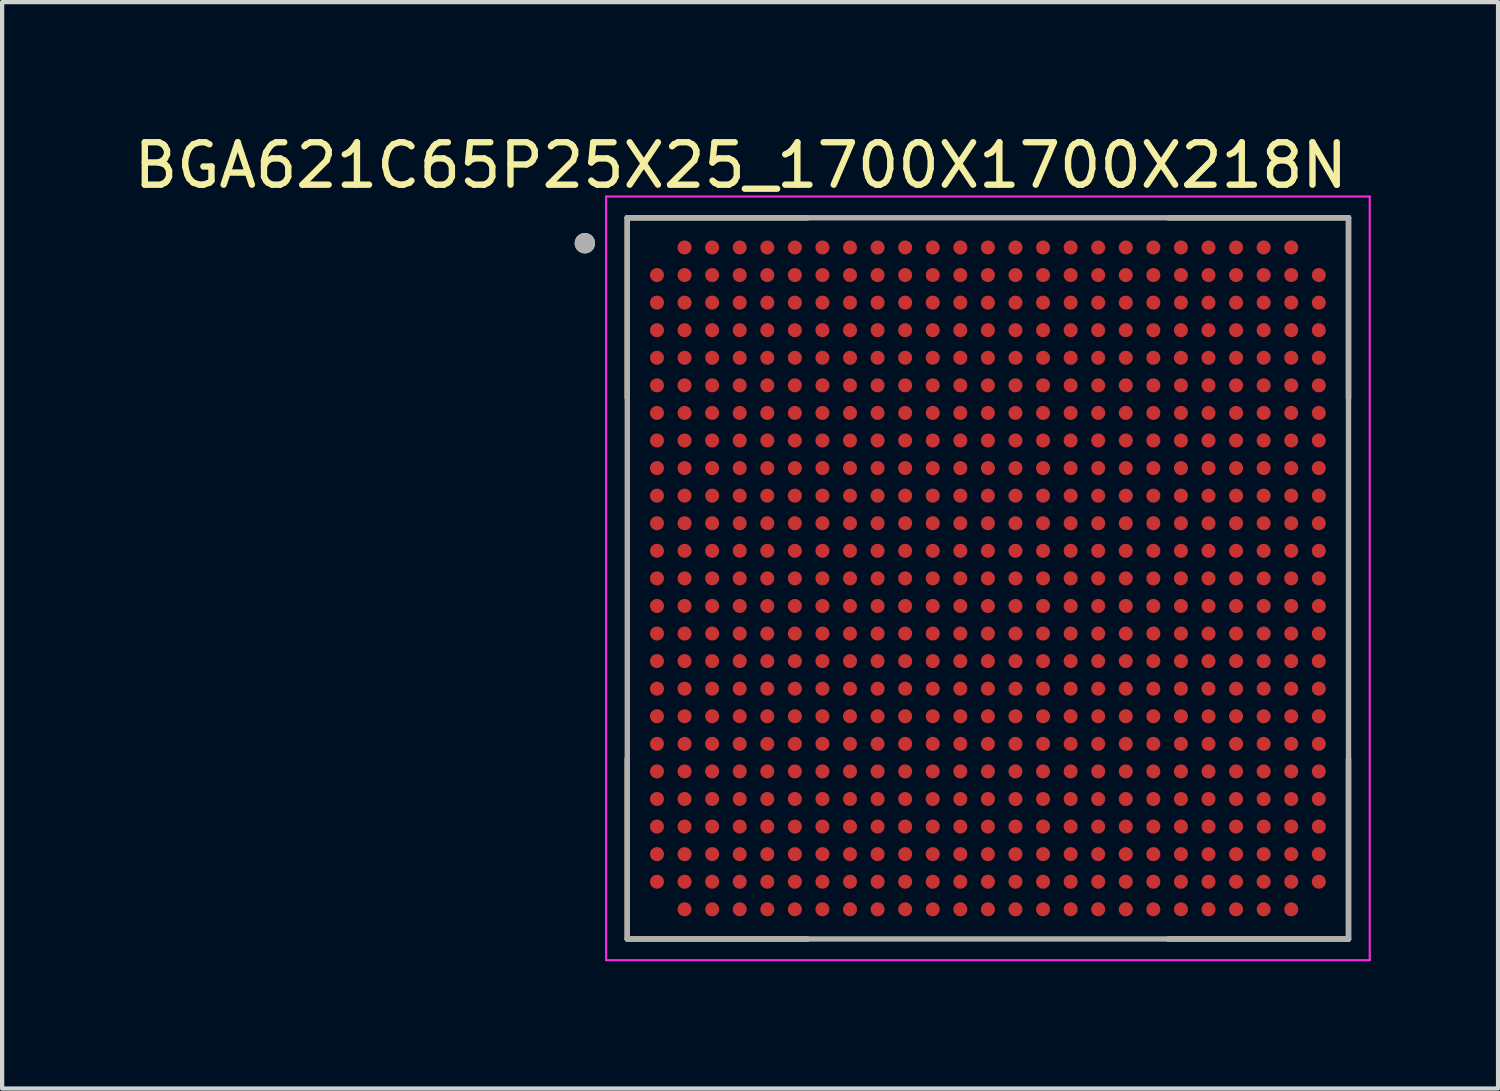
<source format=kicad_pcb>
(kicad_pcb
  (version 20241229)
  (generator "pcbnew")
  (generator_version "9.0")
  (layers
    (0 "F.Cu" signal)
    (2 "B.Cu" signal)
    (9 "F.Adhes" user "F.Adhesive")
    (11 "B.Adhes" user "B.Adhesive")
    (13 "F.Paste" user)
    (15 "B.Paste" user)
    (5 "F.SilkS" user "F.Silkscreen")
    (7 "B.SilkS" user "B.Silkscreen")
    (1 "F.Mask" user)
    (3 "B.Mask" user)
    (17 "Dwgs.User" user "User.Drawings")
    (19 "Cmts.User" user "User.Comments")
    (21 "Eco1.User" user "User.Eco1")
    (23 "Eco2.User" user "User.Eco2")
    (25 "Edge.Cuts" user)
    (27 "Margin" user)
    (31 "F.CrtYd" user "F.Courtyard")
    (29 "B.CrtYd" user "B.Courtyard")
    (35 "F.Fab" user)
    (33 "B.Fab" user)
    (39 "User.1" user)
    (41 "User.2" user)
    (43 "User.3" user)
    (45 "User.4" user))
  (footprint "BGA621C65P25X25_1700X1700X218N"
    (layer "F.Cu")
    (at 20.236 10.583)
    (property "Reference" "BGA621C65P25X25_1700X1700X218N" (at -5.825 -9.735 0) (layer "F.SilkS") (effects (font (size 1 1) (thickness 0.15))))
    (attr through_hole)
    (fp_line (start -8.5 -8.5) (end -4.25 -8.5) (stroke (width 0.127) (type solid)) (layer "F.SilkS"))
    (fp_line (start -8.5 -4.25) (end -8.5 -8.5) (stroke (width 0.127) (type solid)) (layer "F.SilkS"))
    (fp_line (start -8.5 8.5) (end -8.5 4.25) (stroke (width 0.127) (type solid)) (layer "F.SilkS"))
    (fp_line (start -4.25 8.5) (end -8.5 8.5) (stroke (width 0.127) (type solid)) (layer "F.SilkS"))
    (fp_line (start 4.25 -8.5) (end 8.5 -8.5) (stroke (width 0.127) (type solid)) (layer "F.SilkS"))
    (fp_line (start 8.5 -8.5) (end 8.5 -4.25) (stroke (width 0.127) (type solid)) (layer "F.SilkS"))
    (fp_line (start 8.5 4.25) (end 8.5 8.5) (stroke (width 0.127) (type solid)) (layer "F.SilkS"))
    (fp_line (start 8.5 8.5) (end 4.25 8.5) (stroke (width 0.127) (type solid)) (layer "F.SilkS"))
    (fp_circle (center -9.5 -7.9) (end -9.38 -7.9) (stroke (width 0.24) (type solid)) (fill no) (layer "F.SilkS"))
    (fp_line (start -9 -9) (end 9 -9) (stroke (width 0.05) (type solid)) (layer "F.CrtYd"))
    (fp_line (start -9 9) (end -9 -9) (stroke (width 0.05) (type solid)) (layer "F.CrtYd"))
    (fp_line (start 9 -9) (end 9 9) (stroke (width 0.05) (type solid)) (layer "F.CrtYd"))
    (fp_line (start 9 9) (end -9 9) (stroke (width 0.05) (type solid)) (layer "F.CrtYd"))
    (fp_line (start -8.5 -8.5) (end 8.5 -8.5) (stroke (width 0.127) (type solid)) (layer "F.Fab"))
    (fp_line (start -8.5 8.5) (end -8.5 -8.5) (stroke (width 0.127) (type solid)) (layer "F.Fab"))
    (fp_line (start 8.5 -8.5) (end 8.5 8.5) (stroke (width 0.127) (type solid)) (layer "F.Fab"))
    (fp_line (start 8.5 8.5) (end -8.5 8.5) (stroke (width 0.127) (type solid)) (layer "F.Fab"))
    (fp_circle (center -9.5 -7.9) (end -9.38 -7.9) (stroke (width 0.24) (type solid)) (fill no) (layer "F.Fab"))
    (pad "A2" smd circle (at -7.15 -7.8) (size 0.33 0.33) (layers "F.Cu" "F.Mask" "F.Paste"))
    (pad "A3" smd circle (at -6.5 -7.8) (size 0.33 0.33) (layers "F.Cu" "F.Mask" "F.Paste"))
    (pad "A4" smd circle (at -5.85 -7.8) (size 0.33 0.33) (layers "F.Cu" "F.Mask" "F.Paste"))
    (pad "A5" smd circle (at -5.2 -7.8) (size 0.33 0.33) (layers "F.Cu" "F.Mask" "F.Paste"))
    (pad "A6" smd circle (at -4.55 -7.8) (size 0.33 0.33) (layers "F.Cu" "F.Mask" "F.Paste"))
    (pad "A7" smd circle (at -3.9 -7.8) (size 0.33 0.33) (layers "F.Cu" "F.Mask" "F.Paste"))
    (pad "A8" smd circle (at -3.25 -7.8) (size 0.33 0.33) (layers "F.Cu" "F.Mask" "F.Paste"))
    (pad "A9" smd circle (at -2.6 -7.8) (size 0.33 0.33) (layers "F.Cu" "F.Mask" "F.Paste"))
    (pad "A10" smd circle (at -1.95 -7.8) (size 0.33 0.33) (layers "F.Cu" "F.Mask" "F.Paste"))
    (pad "A11" smd circle (at -1.3 -7.8) (size 0.33 0.33) (layers "F.Cu" "F.Mask" "F.Paste"))
    (pad "A12" smd circle (at -0.65 -7.8) (size 0.33 0.33) (layers "F.Cu" "F.Mask" "F.Paste"))
    (pad "A13" smd circle (at 0 -7.8) (size 0.33 0.33) (layers "F.Cu" "F.Mask" "F.Paste"))
    (pad "A14" smd circle (at 0.65 -7.8) (size 0.33 0.33) (layers "F.Cu" "F.Mask" "F.Paste"))
    (pad "A15" smd circle (at 1.3 -7.8) (size 0.33 0.33) (layers "F.Cu" "F.Mask" "F.Paste"))
    (pad "A16" smd circle (at 1.95 -7.8) (size 0.33 0.33) (layers "F.Cu" "F.Mask" "F.Paste"))
    (pad "A17" smd circle (at 2.6 -7.8) (size 0.33 0.33) (layers "F.Cu" "F.Mask" "F.Paste"))
    (pad "A18" smd circle (at 3.25 -7.8) (size 0.33 0.33) (layers "F.Cu" "F.Mask" "F.Paste"))
    (pad "A19" smd circle (at 3.9 -7.8) (size 0.33 0.33) (layers "F.Cu" "F.Mask" "F.Paste"))
    (pad "A20" smd circle (at 4.55 -7.8) (size 0.33 0.33) (layers "F.Cu" "F.Mask" "F.Paste"))
    (pad "A21" smd circle (at 5.2 -7.8) (size 0.33 0.33) (layers "F.Cu" "F.Mask" "F.Paste"))
    (pad "A22" smd circle (at 5.85 -7.8) (size 0.33 0.33) (layers "F.Cu" "F.Mask" "F.Paste"))
    (pad "A23" smd circle (at 6.5 -7.8) (size 0.33 0.33) (layers "F.Cu" "F.Mask" "F.Paste"))
    (pad "A24" smd circle (at 7.15 -7.8) (size 0.33 0.33) (layers "F.Cu" "F.Mask" "F.Paste"))
    (pad "AA1" smd circle (at -7.8 5.2) (size 0.33 0.33) (layers "F.Cu" "F.Mask" "F.Paste"))
    (pad "AA2" smd circle (at -7.15 5.2) (size 0.33 0.33) (layers "F.Cu" "F.Mask" "F.Paste"))
    (pad "AA3" smd circle (at -6.5 5.2) (size 0.33 0.33) (layers "F.Cu" "F.Mask" "F.Paste"))
    (pad "AA4" smd circle (at -5.85 5.2) (size 0.33 0.33) (layers "F.Cu" "F.Mask" "F.Paste"))
    (pad "AA5" smd circle (at -5.2 5.2) (size 0.33 0.33) (layers "F.Cu" "F.Mask" "F.Paste"))
    (pad "AA6" smd circle (at -4.55 5.2) (size 0.33 0.33) (layers "F.Cu" "F.Mask" "F.Paste"))
    (pad "AA7" smd circle (at -3.9 5.2) (size 0.33 0.33) (layers "F.Cu" "F.Mask" "F.Paste"))
    (pad "AA8" smd circle (at -3.25 5.2) (size 0.33 0.33) (layers "F.Cu" "F.Mask" "F.Paste"))
    (pad "AA9" smd circle (at -2.6 5.2) (size 0.33 0.33) (layers "F.Cu" "F.Mask" "F.Paste"))
    (pad "AA10" smd circle (at -1.95 5.2) (size 0.33 0.33) (layers "F.Cu" "F.Mask" "F.Paste"))
    (pad "AA11" smd circle (at -1.3 5.2) (size 0.33 0.33) (layers "F.Cu" "F.Mask" "F.Paste"))
    (pad "AA12" smd circle (at -0.65 5.2) (size 0.33 0.33) (layers "F.Cu" "F.Mask" "F.Paste"))
    (pad "AA13" smd circle (at 0 5.2) (size 0.33 0.33) (layers "F.Cu" "F.Mask" "F.Paste"))
    (pad "AA14" smd circle (at 0.65 5.2) (size 0.33 0.33) (layers "F.Cu" "F.Mask" "F.Paste"))
    (pad "AA15" smd circle (at 1.3 5.2) (size 0.33 0.33) (layers "F.Cu" "F.Mask" "F.Paste"))
    (pad "AA16" smd circle (at 1.95 5.2) (size 0.33 0.33) (layers "F.Cu" "F.Mask" "F.Paste"))
    (pad "AA17" smd circle (at 2.6 5.2) (size 0.33 0.33) (layers "F.Cu" "F.Mask" "F.Paste"))
    (pad "AA18" smd circle (at 3.25 5.2) (size 0.33 0.33) (layers "F.Cu" "F.Mask" "F.Paste"))
    (pad "AA19" smd circle (at 3.9 5.2) (size 0.33 0.33) (layers "F.Cu" "F.Mask" "F.Paste"))
    (pad "AA20" smd circle (at 4.55 5.2) (size 0.33 0.33) (layers "F.Cu" "F.Mask" "F.Paste"))
    (pad "AA21" smd circle (at 5.2 5.2) (size 0.33 0.33) (layers "F.Cu" "F.Mask" "F.Paste"))
    (pad "AA22" smd circle (at 5.85 5.2) (size 0.33 0.33) (layers "F.Cu" "F.Mask" "F.Paste"))
    (pad "AA23" smd circle (at 6.5 5.2) (size 0.33 0.33) (layers "F.Cu" "F.Mask" "F.Paste"))
    (pad "AA24" smd circle (at 7.15 5.2) (size 0.33 0.33) (layers "F.Cu" "F.Mask" "F.Paste"))
    (pad "AA25" smd circle (at 7.8 5.2) (size 0.33 0.33) (layers "F.Cu" "F.Mask" "F.Paste"))
    (pad "AB1" smd circle (at -7.8 5.85) (size 0.33 0.33) (layers "F.Cu" "F.Mask" "F.Paste"))
    (pad "AB2" smd circle (at -7.15 5.85) (size 0.33 0.33) (layers "F.Cu" "F.Mask" "F.Paste"))
    (pad "AB3" smd circle (at -6.5 5.85) (size 0.33 0.33) (layers "F.Cu" "F.Mask" "F.Paste"))
    (pad "AB4" smd circle (at -5.85 5.85) (size 0.33 0.33) (layers "F.Cu" "F.Mask" "F.Paste"))
    (pad "AB5" smd circle (at -5.2 5.85) (size 0.33 0.33) (layers "F.Cu" "F.Mask" "F.Paste"))
    (pad "AB6" smd circle (at -4.55 5.85) (size 0.33 0.33) (layers "F.Cu" "F.Mask" "F.Paste"))
    (pad "AB7" smd circle (at -3.9 5.85) (size 0.33 0.33) (layers "F.Cu" "F.Mask" "F.Paste"))
    (pad "AB8" smd circle (at -3.25 5.85) (size 0.33 0.33) (layers "F.Cu" "F.Mask" "F.Paste"))
    (pad "AB9" smd circle (at -2.6 5.85) (size 0.33 0.33) (layers "F.Cu" "F.Mask" "F.Paste"))
    (pad "AB10" smd circle (at -1.95 5.85) (size 0.33 0.33) (layers "F.Cu" "F.Mask" "F.Paste"))
    (pad "AB11" smd circle (at -1.3 5.85) (size 0.33 0.33) (layers "F.Cu" "F.Mask" "F.Paste"))
    (pad "AB12" smd circle (at -0.65 5.85) (size 0.33 0.33) (layers "F.Cu" "F.Mask" "F.Paste"))
    (pad "AB13" smd circle (at 0 5.85) (size 0.33 0.33) (layers "F.Cu" "F.Mask" "F.Paste"))
    (pad "AB14" smd circle (at 0.65 5.85) (size 0.33 0.33) (layers "F.Cu" "F.Mask" "F.Paste"))
    (pad "AB15" smd circle (at 1.3 5.85) (size 0.33 0.33) (layers "F.Cu" "F.Mask" "F.Paste"))
    (pad "AB16" smd circle (at 1.95 5.85) (size 0.33 0.33) (layers "F.Cu" "F.Mask" "F.Paste"))
    (pad "AB17" smd circle (at 2.6 5.85) (size 0.33 0.33) (layers "F.Cu" "F.Mask" "F.Paste"))
    (pad "AB18" smd circle (at 3.25 5.85) (size 0.33 0.33) (layers "F.Cu" "F.Mask" "F.Paste"))
    (pad "AB19" smd circle (at 3.9 5.85) (size 0.33 0.33) (layers "F.Cu" "F.Mask" "F.Paste"))
    (pad "AB20" smd circle (at 4.55 5.85) (size 0.33 0.33) (layers "F.Cu" "F.Mask" "F.Paste"))
    (pad "AB21" smd circle (at 5.2 5.85) (size 0.33 0.33) (layers "F.Cu" "F.Mask" "F.Paste"))
    (pad "AB22" smd circle (at 5.85 5.85) (size 0.33 0.33) (layers "F.Cu" "F.Mask" "F.Paste"))
    (pad "AB23" smd circle (at 6.5 5.85) (size 0.33 0.33) (layers "F.Cu" "F.Mask" "F.Paste"))
    (pad "AB24" smd circle (at 7.15 5.85) (size 0.33 0.33) (layers "F.Cu" "F.Mask" "F.Paste"))
    (pad "AB25" smd circle (at 7.8 5.85) (size 0.33 0.33) (layers "F.Cu" "F.Mask" "F.Paste"))
    (pad "AC1" smd circle (at -7.8 6.5) (size 0.33 0.33) (layers "F.Cu" "F.Mask" "F.Paste"))
    (pad "AC2" smd circle (at -7.15 6.5) (size 0.33 0.33) (layers "F.Cu" "F.Mask" "F.Paste"))
    (pad "AC3" smd circle (at -6.5 6.5) (size 0.33 0.33) (layers "F.Cu" "F.Mask" "F.Paste"))
    (pad "AC4" smd circle (at -5.85 6.5) (size 0.33 0.33) (layers "F.Cu" "F.Mask" "F.Paste"))
    (pad "AC5" smd circle (at -5.2 6.5) (size 0.33 0.33) (layers "F.Cu" "F.Mask" "F.Paste"))
    (pad "AC6" smd circle (at -4.55 6.5) (size 0.33 0.33) (layers "F.Cu" "F.Mask" "F.Paste"))
    (pad "AC7" smd circle (at -3.9 6.5) (size 0.33 0.33) (layers "F.Cu" "F.Mask" "F.Paste"))
    (pad "AC8" smd circle (at -3.25 6.5) (size 0.33 0.33) (layers "F.Cu" "F.Mask" "F.Paste"))
    (pad "AC9" smd circle (at -2.6 6.5) (size 0.33 0.33) (layers "F.Cu" "F.Mask" "F.Paste"))
    (pad "AC10" smd circle (at -1.95 6.5) (size 0.33 0.33) (layers "F.Cu" "F.Mask" "F.Paste"))
    (pad "AC11" smd circle (at -1.3 6.5) (size 0.33 0.33) (layers "F.Cu" "F.Mask" "F.Paste"))
    (pad "AC12" smd circle (at -0.65 6.5) (size 0.33 0.33) (layers "F.Cu" "F.Mask" "F.Paste"))
    (pad "AC13" smd circle (at 0 6.5) (size 0.33 0.33) (layers "F.Cu" "F.Mask" "F.Paste"))
    (pad "AC14" smd circle (at 0.65 6.5) (size 0.33 0.33) (layers "F.Cu" "F.Mask" "F.Paste"))
    (pad "AC15" smd circle (at 1.3 6.5) (size 0.33 0.33) (layers "F.Cu" "F.Mask" "F.Paste"))
    (pad "AC16" smd circle (at 1.95 6.5) (size 0.33 0.33) (layers "F.Cu" "F.Mask" "F.Paste"))
    (pad "AC17" smd circle (at 2.6 6.5) (size 0.33 0.33) (layers "F.Cu" "F.Mask" "F.Paste"))
    (pad "AC18" smd circle (at 3.25 6.5) (size 0.33 0.33) (layers "F.Cu" "F.Mask" "F.Paste"))
    (pad "AC19" smd circle (at 3.9 6.5) (size 0.33 0.33) (layers "F.Cu" "F.Mask" "F.Paste"))
    (pad "AC20" smd circle (at 4.55 6.5) (size 0.33 0.33) (layers "F.Cu" "F.Mask" "F.Paste"))
    (pad "AC21" smd circle (at 5.2 6.5) (size 0.33 0.33) (layers "F.Cu" "F.Mask" "F.Paste"))
    (pad "AC22" smd circle (at 5.85 6.5) (size 0.33 0.33) (layers "F.Cu" "F.Mask" "F.Paste"))
    (pad "AC23" smd circle (at 6.5 6.5) (size 0.33 0.33) (layers "F.Cu" "F.Mask" "F.Paste"))
    (pad "AC24" smd circle (at 7.15 6.5) (size 0.33 0.33) (layers "F.Cu" "F.Mask" "F.Paste"))
    (pad "AC25" smd circle (at 7.8 6.5) (size 0.33 0.33) (layers "F.Cu" "F.Mask" "F.Paste"))
    (pad "AD1" smd circle (at -7.8 7.15) (size 0.33 0.33) (layers "F.Cu" "F.Mask" "F.Paste"))
    (pad "AD2" smd circle (at -7.15 7.15) (size 0.33 0.33) (layers "F.Cu" "F.Mask" "F.Paste"))
    (pad "AD3" smd circle (at -6.5 7.15) (size 0.33 0.33) (layers "F.Cu" "F.Mask" "F.Paste"))
    (pad "AD4" smd circle (at -5.85 7.15) (size 0.33 0.33) (layers "F.Cu" "F.Mask" "F.Paste"))
    (pad "AD5" smd circle (at -5.2 7.15) (size 0.33 0.33) (layers "F.Cu" "F.Mask" "F.Paste"))
    (pad "AD6" smd circle (at -4.55 7.15) (size 0.33 0.33) (layers "F.Cu" "F.Mask" "F.Paste"))
    (pad "AD7" smd circle (at -3.9 7.15) (size 0.33 0.33) (layers "F.Cu" "F.Mask" "F.Paste"))
    (pad "AD8" smd circle (at -3.25 7.15) (size 0.33 0.33) (layers "F.Cu" "F.Mask" "F.Paste"))
    (pad "AD9" smd circle (at -2.6 7.15) (size 0.33 0.33) (layers "F.Cu" "F.Mask" "F.Paste"))
    (pad "AD10" smd circle (at -1.95 7.15) (size 0.33 0.33) (layers "F.Cu" "F.Mask" "F.Paste"))
    (pad "AD11" smd circle (at -1.3 7.15) (size 0.33 0.33) (layers "F.Cu" "F.Mask" "F.Paste"))
    (pad "AD12" smd circle (at -0.65 7.15) (size 0.33 0.33) (layers "F.Cu" "F.Mask" "F.Paste"))
    (pad "AD13" smd circle (at 0 7.15) (size 0.33 0.33) (layers "F.Cu" "F.Mask" "F.Paste"))
    (pad "AD14" smd circle (at 0.65 7.15) (size 0.33 0.33) (layers "F.Cu" "F.Mask" "F.Paste"))
    (pad "AD15" smd circle (at 1.3 7.15) (size 0.33 0.33) (layers "F.Cu" "F.Mask" "F.Paste"))
    (pad "AD16" smd circle (at 1.95 7.15) (size 0.33 0.33) (layers "F.Cu" "F.Mask" "F.Paste"))
    (pad "AD17" smd circle (at 2.6 7.15) (size 0.33 0.33) (layers "F.Cu" "F.Mask" "F.Paste"))
    (pad "AD18" smd circle (at 3.25 7.15) (size 0.33 0.33) (layers "F.Cu" "F.Mask" "F.Paste"))
    (pad "AD19" smd circle (at 3.9 7.15) (size 0.33 0.33) (layers "F.Cu" "F.Mask" "F.Paste"))
    (pad "AD20" smd circle (at 4.55 7.15) (size 0.33 0.33) (layers "F.Cu" "F.Mask" "F.Paste"))
    (pad "AD21" smd circle (at 5.2 7.15) (size 0.33 0.33) (layers "F.Cu" "F.Mask" "F.Paste"))
    (pad "AD22" smd circle (at 5.85 7.15) (size 0.33 0.33) (layers "F.Cu" "F.Mask" "F.Paste"))
    (pad "AD23" smd circle (at 6.5 7.15) (size 0.33 0.33) (layers "F.Cu" "F.Mask" "F.Paste"))
    (pad "AD24" smd circle (at 7.15 7.15) (size 0.33 0.33) (layers "F.Cu" "F.Mask" "F.Paste"))
    (pad "AD25" smd circle (at 7.8 7.15) (size 0.33 0.33) (layers "F.Cu" "F.Mask" "F.Paste"))
    (pad "AE2" smd circle (at -7.15 7.8) (size 0.33 0.33) (layers "F.Cu" "F.Mask" "F.Paste"))
    (pad "AE3" smd circle (at -6.5 7.8) (size 0.33 0.33) (layers "F.Cu" "F.Mask" "F.Paste"))
    (pad "AE4" smd circle (at -5.85 7.8) (size 0.33 0.33) (layers "F.Cu" "F.Mask" "F.Paste"))
    (pad "AE5" smd circle (at -5.2 7.8) (size 0.33 0.33) (layers "F.Cu" "F.Mask" "F.Paste"))
    (pad "AE6" smd circle (at -4.55 7.8) (size 0.33 0.33) (layers "F.Cu" "F.Mask" "F.Paste"))
    (pad "AE7" smd circle (at -3.9 7.8) (size 0.33 0.33) (layers "F.Cu" "F.Mask" "F.Paste"))
    (pad "AE8" smd circle (at -3.25 7.8) (size 0.33 0.33) (layers "F.Cu" "F.Mask" "F.Paste"))
    (pad "AE9" smd circle (at -2.6 7.8) (size 0.33 0.33) (layers "F.Cu" "F.Mask" "F.Paste"))
    (pad "AE10" smd circle (at -1.95 7.8) (size 0.33 0.33) (layers "F.Cu" "F.Mask" "F.Paste"))
    (pad "AE11" smd circle (at -1.3 7.8) (size 0.33 0.33) (layers "F.Cu" "F.Mask" "F.Paste"))
    (pad "AE12" smd circle (at -0.65 7.8) (size 0.33 0.33) (layers "F.Cu" "F.Mask" "F.Paste"))
    (pad "AE13" smd circle (at 0 7.8) (size 0.33 0.33) (layers "F.Cu" "F.Mask" "F.Paste"))
    (pad "AE14" smd circle (at 0.65 7.8) (size 0.33 0.33) (layers "F.Cu" "F.Mask" "F.Paste"))
    (pad "AE15" smd circle (at 1.3 7.8) (size 0.33 0.33) (layers "F.Cu" "F.Mask" "F.Paste"))
    (pad "AE16" smd circle (at 1.95 7.8) (size 0.33 0.33) (layers "F.Cu" "F.Mask" "F.Paste"))
    (pad "AE17" smd circle (at 2.6 7.8) (size 0.33 0.33) (layers "F.Cu" "F.Mask" "F.Paste"))
    (pad "AE18" smd circle (at 3.25 7.8) (size 0.33 0.33) (layers "F.Cu" "F.Mask" "F.Paste"))
    (pad "AE19" smd circle (at 3.9 7.8) (size 0.33 0.33) (layers "F.Cu" "F.Mask" "F.Paste"))
    (pad "AE20" smd circle (at 4.55 7.8) (size 0.33 0.33) (layers "F.Cu" "F.Mask" "F.Paste"))
    (pad "AE21" smd circle (at 5.2 7.8) (size 0.33 0.33) (layers "F.Cu" "F.Mask" "F.Paste"))
    (pad "AE22" smd circle (at 5.85 7.8) (size 0.33 0.33) (layers "F.Cu" "F.Mask" "F.Paste"))
    (pad "AE23" smd circle (at 6.5 7.8) (size 0.33 0.33) (layers "F.Cu" "F.Mask" "F.Paste"))
    (pad "AE24" smd circle (at 7.15 7.8) (size 0.33 0.33) (layers "F.Cu" "F.Mask" "F.Paste"))
    (pad "B1" smd circle (at -7.8 -7.15) (size 0.33 0.33) (layers "F.Cu" "F.Mask" "F.Paste"))
    (pad "B2" smd circle (at -7.15 -7.15) (size 0.33 0.33) (layers "F.Cu" "F.Mask" "F.Paste"))
    (pad "B3" smd circle (at -6.5 -7.15) (size 0.33 0.33) (layers "F.Cu" "F.Mask" "F.Paste"))
    (pad "B4" smd circle (at -5.85 -7.15) (size 0.33 0.33) (layers "F.Cu" "F.Mask" "F.Paste"))
    (pad "B5" smd circle (at -5.2 -7.15) (size 0.33 0.33) (layers "F.Cu" "F.Mask" "F.Paste"))
    (pad "B6" smd circle (at -4.55 -7.15) (size 0.33 0.33) (layers "F.Cu" "F.Mask" "F.Paste"))
    (pad "B7" smd circle (at -3.9 -7.15) (size 0.33 0.33) (layers "F.Cu" "F.Mask" "F.Paste"))
    (pad "B8" smd circle (at -3.25 -7.15) (size 0.33 0.33) (layers "F.Cu" "F.Mask" "F.Paste"))
    (pad "B9" smd circle (at -2.6 -7.15) (size 0.33 0.33) (layers "F.Cu" "F.Mask" "F.Paste"))
    (pad "B10" smd circle (at -1.95 -7.15) (size 0.33 0.33) (layers "F.Cu" "F.Mask" "F.Paste"))
    (pad "B11" smd circle (at -1.3 -7.15) (size 0.33 0.33) (layers "F.Cu" "F.Mask" "F.Paste"))
    (pad "B12" smd circle (at -0.65 -7.15) (size 0.33 0.33) (layers "F.Cu" "F.Mask" "F.Paste"))
    (pad "B13" smd circle (at 0 -7.15) (size 0.33 0.33) (layers "F.Cu" "F.Mask" "F.Paste"))
    (pad "B14" smd circle (at 0.65 -7.15) (size 0.33 0.33) (layers "F.Cu" "F.Mask" "F.Paste"))
    (pad "B15" smd circle (at 1.3 -7.15) (size 0.33 0.33) (layers "F.Cu" "F.Mask" "F.Paste"))
    (pad "B16" smd circle (at 1.95 -7.15) (size 0.33 0.33) (layers "F.Cu" "F.Mask" "F.Paste"))
    (pad "B17" smd circle (at 2.6 -7.15) (size 0.33 0.33) (layers "F.Cu" "F.Mask" "F.Paste"))
    (pad "B18" smd circle (at 3.25 -7.15) (size 0.33 0.33) (layers "F.Cu" "F.Mask" "F.Paste"))
    (pad "B19" smd circle (at 3.9 -7.15) (size 0.33 0.33) (layers "F.Cu" "F.Mask" "F.Paste"))
    (pad "B20" smd circle (at 4.55 -7.15) (size 0.33 0.33) (layers "F.Cu" "F.Mask" "F.Paste"))
    (pad "B21" smd circle (at 5.2 -7.15) (size 0.33 0.33) (layers "F.Cu" "F.Mask" "F.Paste"))
    (pad "B22" smd circle (at 5.85 -7.15) (size 0.33 0.33) (layers "F.Cu" "F.Mask" "F.Paste"))
    (pad "B23" smd circle (at 6.5 -7.15) (size 0.33 0.33) (layers "F.Cu" "F.Mask" "F.Paste"))
    (pad "B24" smd circle (at 7.15 -7.15) (size 0.33 0.33) (layers "F.Cu" "F.Mask" "F.Paste"))
    (pad "B25" smd circle (at 7.8 -7.15) (size 0.33 0.33) (layers "F.Cu" "F.Mask" "F.Paste"))
    (pad "C1" smd circle (at -7.8 -6.5) (size 0.33 0.33) (layers "F.Cu" "F.Mask" "F.Paste"))
    (pad "C2" smd circle (at -7.15 -6.5) (size 0.33 0.33) (layers "F.Cu" "F.Mask" "F.Paste"))
    (pad "C3" smd circle (at -6.5 -6.5) (size 0.33 0.33) (layers "F.Cu" "F.Mask" "F.Paste"))
    (pad "C4" smd circle (at -5.85 -6.5) (size 0.33 0.33) (layers "F.Cu" "F.Mask" "F.Paste"))
    (pad "C5" smd circle (at -5.2 -6.5) (size 0.33 0.33) (layers "F.Cu" "F.Mask" "F.Paste"))
    (pad "C6" smd circle (at -4.55 -6.5) (size 0.33 0.33) (layers "F.Cu" "F.Mask" "F.Paste"))
    (pad "C7" smd circle (at -3.9 -6.5) (size 0.33 0.33) (layers "F.Cu" "F.Mask" "F.Paste"))
    (pad "C8" smd circle (at -3.25 -6.5) (size 0.33 0.33) (layers "F.Cu" "F.Mask" "F.Paste"))
    (pad "C9" smd circle (at -2.6 -6.5) (size 0.33 0.33) (layers "F.Cu" "F.Mask" "F.Paste"))
    (pad "C10" smd circle (at -1.95 -6.5) (size 0.33 0.33) (layers "F.Cu" "F.Mask" "F.Paste"))
    (pad "C11" smd circle (at -1.3 -6.5) (size 0.33 0.33) (layers "F.Cu" "F.Mask" "F.Paste"))
    (pad "C12" smd circle (at -0.65 -6.5) (size 0.33 0.33) (layers "F.Cu" "F.Mask" "F.Paste"))
    (pad "C13" smd circle (at 0 -6.5) (size 0.33 0.33) (layers "F.Cu" "F.Mask" "F.Paste"))
    (pad "C14" smd circle (at 0.65 -6.5) (size 0.33 0.33) (layers "F.Cu" "F.Mask" "F.Paste"))
    (pad "C15" smd circle (at 1.3 -6.5) (size 0.33 0.33) (layers "F.Cu" "F.Mask" "F.Paste"))
    (pad "C16" smd circle (at 1.95 -6.5) (size 0.33 0.33) (layers "F.Cu" "F.Mask" "F.Paste"))
    (pad "C17" smd circle (at 2.6 -6.5) (size 0.33 0.33) (layers "F.Cu" "F.Mask" "F.Paste"))
    (pad "C18" smd circle (at 3.25 -6.5) (size 0.33 0.33) (layers "F.Cu" "F.Mask" "F.Paste"))
    (pad "C19" smd circle (at 3.9 -6.5) (size 0.33 0.33) (layers "F.Cu" "F.Mask" "F.Paste"))
    (pad "C20" smd circle (at 4.55 -6.5) (size 0.33 0.33) (layers "F.Cu" "F.Mask" "F.Paste"))
    (pad "C21" smd circle (at 5.2 -6.5) (size 0.33 0.33) (layers "F.Cu" "F.Mask" "F.Paste"))
    (pad "C22" smd circle (at 5.85 -6.5) (size 0.33 0.33) (layers "F.Cu" "F.Mask" "F.Paste"))
    (pad "C23" smd circle (at 6.5 -6.5) (size 0.33 0.33) (layers "F.Cu" "F.Mask" "F.Paste"))
    (pad "C24" smd circle (at 7.15 -6.5) (size 0.33 0.33) (layers "F.Cu" "F.Mask" "F.Paste"))
    (pad "C25" smd circle (at 7.8 -6.5) (size 0.33 0.33) (layers "F.Cu" "F.Mask" "F.Paste"))
    (pad "D1" smd circle (at -7.8 -5.85) (size 0.33 0.33) (layers "F.Cu" "F.Mask" "F.Paste"))
    (pad "D2" smd circle (at -7.15 -5.85) (size 0.33 0.33) (layers "F.Cu" "F.Mask" "F.Paste"))
    (pad "D3" smd circle (at -6.5 -5.85) (size 0.33 0.33) (layers "F.Cu" "F.Mask" "F.Paste"))
    (pad "D4" smd circle (at -5.85 -5.85) (size 0.33 0.33) (layers "F.Cu" "F.Mask" "F.Paste"))
    (pad "D5" smd circle (at -5.2 -5.85) (size 0.33 0.33) (layers "F.Cu" "F.Mask" "F.Paste"))
    (pad "D6" smd circle (at -4.55 -5.85) (size 0.33 0.33) (layers "F.Cu" "F.Mask" "F.Paste"))
    (pad "D7" smd circle (at -3.9 -5.85) (size 0.33 0.33) (layers "F.Cu" "F.Mask" "F.Paste"))
    (pad "D8" smd circle (at -3.25 -5.85) (size 0.33 0.33) (layers "F.Cu" "F.Mask" "F.Paste"))
    (pad "D9" smd circle (at -2.6 -5.85) (size 0.33 0.33) (layers "F.Cu" "F.Mask" "F.Paste"))
    (pad "D10" smd circle (at -1.95 -5.85) (size 0.33 0.33) (layers "F.Cu" "F.Mask" "F.Paste"))
    (pad "D11" smd circle (at -1.3 -5.85) (size 0.33 0.33) (layers "F.Cu" "F.Mask" "F.Paste"))
    (pad "D12" smd circle (at -0.65 -5.85) (size 0.33 0.33) (layers "F.Cu" "F.Mask" "F.Paste"))
    (pad "D13" smd circle (at 0 -5.85) (size 0.33 0.33) (layers "F.Cu" "F.Mask" "F.Paste"))
    (pad "D14" smd circle (at 0.65 -5.85) (size 0.33 0.33) (layers "F.Cu" "F.Mask" "F.Paste"))
    (pad "D15" smd circle (at 1.3 -5.85) (size 0.33 0.33) (layers "F.Cu" "F.Mask" "F.Paste"))
    (pad "D16" smd circle (at 1.95 -5.85) (size 0.33 0.33) (layers "F.Cu" "F.Mask" "F.Paste"))
    (pad "D17" smd circle (at 2.6 -5.85) (size 0.33 0.33) (layers "F.Cu" "F.Mask" "F.Paste"))
    (pad "D18" smd circle (at 3.25 -5.85) (size 0.33 0.33) (layers "F.Cu" "F.Mask" "F.Paste"))
    (pad "D19" smd circle (at 3.9 -5.85) (size 0.33 0.33) (layers "F.Cu" "F.Mask" "F.Paste"))
    (pad "D20" smd circle (at 4.55 -5.85) (size 0.33 0.33) (layers "F.Cu" "F.Mask" "F.Paste"))
    (pad "D21" smd circle (at 5.2 -5.85) (size 0.33 0.33) (layers "F.Cu" "F.Mask" "F.Paste"))
    (pad "D22" smd circle (at 5.85 -5.85) (size 0.33 0.33) (layers "F.Cu" "F.Mask" "F.Paste"))
    (pad "D23" smd circle (at 6.5 -5.85) (size 0.33 0.33) (layers "F.Cu" "F.Mask" "F.Paste"))
    (pad "D24" smd circle (at 7.15 -5.85) (size 0.33 0.33) (layers "F.Cu" "F.Mask" "F.Paste"))
    (pad "D25" smd circle (at 7.8 -5.85) (size 0.33 0.33) (layers "F.Cu" "F.Mask" "F.Paste"))
    (pad "E1" smd circle (at -7.8 -5.2) (size 0.33 0.33) (layers "F.Cu" "F.Mask" "F.Paste"))
    (pad "E2" smd circle (at -7.15 -5.2) (size 0.33 0.33) (layers "F.Cu" "F.Mask" "F.Paste"))
    (pad "E3" smd circle (at -6.5 -5.2) (size 0.33 0.33) (layers "F.Cu" "F.Mask" "F.Paste"))
    (pad "E4" smd circle (at -5.85 -5.2) (size 0.33 0.33) (layers "F.Cu" "F.Mask" "F.Paste"))
    (pad "E5" smd circle (at -5.2 -5.2) (size 0.33 0.33) (layers "F.Cu" "F.Mask" "F.Paste"))
    (pad "E6" smd circle (at -4.55 -5.2) (size 0.33 0.33) (layers "F.Cu" "F.Mask" "F.Paste"))
    (pad "E7" smd circle (at -3.9 -5.2) (size 0.33 0.33) (layers "F.Cu" "F.Mask" "F.Paste"))
    (pad "E8" smd circle (at -3.25 -5.2) (size 0.33 0.33) (layers "F.Cu" "F.Mask" "F.Paste"))
    (pad "E9" smd circle (at -2.6 -5.2) (size 0.33 0.33) (layers "F.Cu" "F.Mask" "F.Paste"))
    (pad "E10" smd circle (at -1.95 -5.2) (size 0.33 0.33) (layers "F.Cu" "F.Mask" "F.Paste"))
    (pad "E11" smd circle (at -1.3 -5.2) (size 0.33 0.33) (layers "F.Cu" "F.Mask" "F.Paste"))
    (pad "E12" smd circle (at -0.65 -5.2) (size 0.33 0.33) (layers "F.Cu" "F.Mask" "F.Paste"))
    (pad "E13" smd circle (at 0 -5.2) (size 0.33 0.33) (layers "F.Cu" "F.Mask" "F.Paste"))
    (pad "E14" smd circle (at 0.65 -5.2) (size 0.33 0.33) (layers "F.Cu" "F.Mask" "F.Paste"))
    (pad "E15" smd circle (at 1.3 -5.2) (size 0.33 0.33) (layers "F.Cu" "F.Mask" "F.Paste"))
    (pad "E16" smd circle (at 1.95 -5.2) (size 0.33 0.33) (layers "F.Cu" "F.Mask" "F.Paste"))
    (pad "E17" smd circle (at 2.6 -5.2) (size 0.33 0.33) (layers "F.Cu" "F.Mask" "F.Paste"))
    (pad "E18" smd circle (at 3.25 -5.2) (size 0.33 0.33) (layers "F.Cu" "F.Mask" "F.Paste"))
    (pad "E19" smd circle (at 3.9 -5.2) (size 0.33 0.33) (layers "F.Cu" "F.Mask" "F.Paste"))
    (pad "E20" smd circle (at 4.55 -5.2) (size 0.33 0.33) (layers "F.Cu" "F.Mask" "F.Paste"))
    (pad "E21" smd circle (at 5.2 -5.2) (size 0.33 0.33) (layers "F.Cu" "F.Mask" "F.Paste"))
    (pad "E22" smd circle (at 5.85 -5.2) (size 0.33 0.33) (layers "F.Cu" "F.Mask" "F.Paste"))
    (pad "E23" smd circle (at 6.5 -5.2) (size 0.33 0.33) (layers "F.Cu" "F.Mask" "F.Paste"))
    (pad "E24" smd circle (at 7.15 -5.2) (size 0.33 0.33) (layers "F.Cu" "F.Mask" "F.Paste"))
    (pad "E25" smd circle (at 7.8 -5.2) (size 0.33 0.33) (layers "F.Cu" "F.Mask" "F.Paste"))
    (pad "F1" smd circle (at -7.8 -4.55) (size 0.33 0.33) (layers "F.Cu" "F.Mask" "F.Paste"))
    (pad "F2" smd circle (at -7.15 -4.55) (size 0.33 0.33) (layers "F.Cu" "F.Mask" "F.Paste"))
    (pad "F3" smd circle (at -6.5 -4.55) (size 0.33 0.33) (layers "F.Cu" "F.Mask" "F.Paste"))
    (pad "F4" smd circle (at -5.85 -4.55) (size 0.33 0.33) (layers "F.Cu" "F.Mask" "F.Paste"))
    (pad "F5" smd circle (at -5.2 -4.55) (size 0.33 0.33) (layers "F.Cu" "F.Mask" "F.Paste"))
    (pad "F6" smd circle (at -4.55 -4.55) (size 0.33 0.33) (layers "F.Cu" "F.Mask" "F.Paste"))
    (pad "F7" smd circle (at -3.9 -4.55) (size 0.33 0.33) (layers "F.Cu" "F.Mask" "F.Paste"))
    (pad "F8" smd circle (at -3.25 -4.55) (size 0.33 0.33) (layers "F.Cu" "F.Mask" "F.Paste"))
    (pad "F9" smd circle (at -2.6 -4.55) (size 0.33 0.33) (layers "F.Cu" "F.Mask" "F.Paste"))
    (pad "F10" smd circle (at -1.95 -4.55) (size 0.33 0.33) (layers "F.Cu" "F.Mask" "F.Paste"))
    (pad "F11" smd circle (at -1.3 -4.55) (size 0.33 0.33) (layers "F.Cu" "F.Mask" "F.Paste"))
    (pad "F12" smd circle (at -0.65 -4.55) (size 0.33 0.33) (layers "F.Cu" "F.Mask" "F.Paste"))
    (pad "F13" smd circle (at 0 -4.55) (size 0.33 0.33) (layers "F.Cu" "F.Mask" "F.Paste"))
    (pad "F14" smd circle (at 0.65 -4.55) (size 0.33 0.33) (layers "F.Cu" "F.Mask" "F.Paste"))
    (pad "F15" smd circle (at 1.3 -4.55) (size 0.33 0.33) (layers "F.Cu" "F.Mask" "F.Paste"))
    (pad "F16" smd circle (at 1.95 -4.55) (size 0.33 0.33) (layers "F.Cu" "F.Mask" "F.Paste"))
    (pad "F17" smd circle (at 2.6 -4.55) (size 0.33 0.33) (layers "F.Cu" "F.Mask" "F.Paste"))
    (pad "F18" smd circle (at 3.25 -4.55) (size 0.33 0.33) (layers "F.Cu" "F.Mask" "F.Paste"))
    (pad "F19" smd circle (at 3.9 -4.55) (size 0.33 0.33) (layers "F.Cu" "F.Mask" "F.Paste"))
    (pad "F20" smd circle (at 4.55 -4.55) (size 0.33 0.33) (layers "F.Cu" "F.Mask" "F.Paste"))
    (pad "F21" smd circle (at 5.2 -4.55) (size 0.33 0.33) (layers "F.Cu" "F.Mask" "F.Paste"))
    (pad "F22" smd circle (at 5.85 -4.55) (size 0.33 0.33) (layers "F.Cu" "F.Mask" "F.Paste"))
    (pad "F23" smd circle (at 6.5 -4.55) (size 0.33 0.33) (layers "F.Cu" "F.Mask" "F.Paste"))
    (pad "F24" smd circle (at 7.15 -4.55) (size 0.33 0.33) (layers "F.Cu" "F.Mask" "F.Paste"))
    (pad "F25" smd circle (at 7.8 -4.55) (size 0.33 0.33) (layers "F.Cu" "F.Mask" "F.Paste"))
    (pad "G1" smd circle (at -7.8 -3.9) (size 0.33 0.33) (layers "F.Cu" "F.Mask" "F.Paste"))
    (pad "G2" smd circle (at -7.15 -3.9) (size 0.33 0.33) (layers "F.Cu" "F.Mask" "F.Paste"))
    (pad "G3" smd circle (at -6.5 -3.9) (size 0.33 0.33) (layers "F.Cu" "F.Mask" "F.Paste"))
    (pad "G4" smd circle (at -5.85 -3.9) (size 0.33 0.33) (layers "F.Cu" "F.Mask" "F.Paste"))
    (pad "G5" smd circle (at -5.2 -3.9) (size 0.33 0.33) (layers "F.Cu" "F.Mask" "F.Paste"))
    (pad "G6" smd circle (at -4.55 -3.9) (size 0.33 0.33) (layers "F.Cu" "F.Mask" "F.Paste"))
    (pad "G7" smd circle (at -3.9 -3.9) (size 0.33 0.33) (layers "F.Cu" "F.Mask" "F.Paste"))
    (pad "G8" smd circle (at -3.25 -3.9) (size 0.33 0.33) (layers "F.Cu" "F.Mask" "F.Paste"))
    (pad "G9" smd circle (at -2.6 -3.9) (size 0.33 0.33) (layers "F.Cu" "F.Mask" "F.Paste"))
    (pad "G10" smd circle (at -1.95 -3.9) (size 0.33 0.33) (layers "F.Cu" "F.Mask" "F.Paste"))
    (pad "G11" smd circle (at -1.3 -3.9) (size 0.33 0.33) (layers "F.Cu" "F.Mask" "F.Paste"))
    (pad "G12" smd circle (at -0.65 -3.9) (size 0.33 0.33) (layers "F.Cu" "F.Mask" "F.Paste"))
    (pad "G13" smd circle (at 0 -3.9) (size 0.33 0.33) (layers "F.Cu" "F.Mask" "F.Paste"))
    (pad "G14" smd circle (at 0.65 -3.9) (size 0.33 0.33) (layers "F.Cu" "F.Mask" "F.Paste"))
    (pad "G15" smd circle (at 1.3 -3.9) (size 0.33 0.33) (layers "F.Cu" "F.Mask" "F.Paste"))
    (pad "G16" smd circle (at 1.95 -3.9) (size 0.33 0.33) (layers "F.Cu" "F.Mask" "F.Paste"))
    (pad "G17" smd circle (at 2.6 -3.9) (size 0.33 0.33) (layers "F.Cu" "F.Mask" "F.Paste"))
    (pad "G18" smd circle (at 3.25 -3.9) (size 0.33 0.33) (layers "F.Cu" "F.Mask" "F.Paste"))
    (pad "G19" smd circle (at 3.9 -3.9) (size 0.33 0.33) (layers "F.Cu" "F.Mask" "F.Paste"))
    (pad "G20" smd circle (at 4.55 -3.9) (size 0.33 0.33) (layers "F.Cu" "F.Mask" "F.Paste"))
    (pad "G21" smd circle (at 5.2 -3.9) (size 0.33 0.33) (layers "F.Cu" "F.Mask" "F.Paste"))
    (pad "G22" smd circle (at 5.85 -3.9) (size 0.33 0.33) (layers "F.Cu" "F.Mask" "F.Paste"))
    (pad "G23" smd circle (at 6.5 -3.9) (size 0.33 0.33) (layers "F.Cu" "F.Mask" "F.Paste"))
    (pad "G24" smd circle (at 7.15 -3.9) (size 0.33 0.33) (layers "F.Cu" "F.Mask" "F.Paste"))
    (pad "G25" smd circle (at 7.8 -3.9) (size 0.33 0.33) (layers "F.Cu" "F.Mask" "F.Paste"))
    (pad "H1" smd circle (at -7.8 -3.25) (size 0.33 0.33) (layers "F.Cu" "F.Mask" "F.Paste"))
    (pad "H2" smd circle (at -7.15 -3.25) (size 0.33 0.33) (layers "F.Cu" "F.Mask" "F.Paste"))
    (pad "H3" smd circle (at -6.5 -3.25) (size 0.33 0.33) (layers "F.Cu" "F.Mask" "F.Paste"))
    (pad "H4" smd circle (at -5.85 -3.25) (size 0.33 0.33) (layers "F.Cu" "F.Mask" "F.Paste"))
    (pad "H5" smd circle (at -5.2 -3.25) (size 0.33 0.33) (layers "F.Cu" "F.Mask" "F.Paste"))
    (pad "H6" smd circle (at -4.55 -3.25) (size 0.33 0.33) (layers "F.Cu" "F.Mask" "F.Paste"))
    (pad "H7" smd circle (at -3.9 -3.25) (size 0.33 0.33) (layers "F.Cu" "F.Mask" "F.Paste"))
    (pad "H8" smd circle (at -3.25 -3.25) (size 0.33 0.33) (layers "F.Cu" "F.Mask" "F.Paste"))
    (pad "H9" smd circle (at -2.6 -3.25) (size 0.33 0.33) (layers "F.Cu" "F.Mask" "F.Paste"))
    (pad "H10" smd circle (at -1.95 -3.25) (size 0.33 0.33) (layers "F.Cu" "F.Mask" "F.Paste"))
    (pad "H11" smd circle (at -1.3 -3.25) (size 0.33 0.33) (layers "F.Cu" "F.Mask" "F.Paste"))
    (pad "H12" smd circle (at -0.65 -3.25) (size 0.33 0.33) (layers "F.Cu" "F.Mask" "F.Paste"))
    (pad "H13" smd circle (at 0 -3.25) (size 0.33 0.33) (layers "F.Cu" "F.Mask" "F.Paste"))
    (pad "H14" smd circle (at 0.65 -3.25) (size 0.33 0.33) (layers "F.Cu" "F.Mask" "F.Paste"))
    (pad "H15" smd circle (at 1.3 -3.25) (size 0.33 0.33) (layers "F.Cu" "F.Mask" "F.Paste"))
    (pad "H16" smd circle (at 1.95 -3.25) (size 0.33 0.33) (layers "F.Cu" "F.Mask" "F.Paste"))
    (pad "H17" smd circle (at 2.6 -3.25) (size 0.33 0.33) (layers "F.Cu" "F.Mask" "F.Paste"))
    (pad "H18" smd circle (at 3.25 -3.25) (size 0.33 0.33) (layers "F.Cu" "F.Mask" "F.Paste"))
    (pad "H19" smd circle (at 3.9 -3.25) (size 0.33 0.33) (layers "F.Cu" "F.Mask" "F.Paste"))
    (pad "H20" smd circle (at 4.55 -3.25) (size 0.33 0.33) (layers "F.Cu" "F.Mask" "F.Paste"))
    (pad "H21" smd circle (at 5.2 -3.25) (size 0.33 0.33) (layers "F.Cu" "F.Mask" "F.Paste"))
    (pad "H22" smd circle (at 5.85 -3.25) (size 0.33 0.33) (layers "F.Cu" "F.Mask" "F.Paste"))
    (pad "H23" smd circle (at 6.5 -3.25) (size 0.33 0.33) (layers "F.Cu" "F.Mask" "F.Paste"))
    (pad "H24" smd circle (at 7.15 -3.25) (size 0.33 0.33) (layers "F.Cu" "F.Mask" "F.Paste"))
    (pad "H25" smd circle (at 7.8 -3.25) (size 0.33 0.33) (layers "F.Cu" "F.Mask" "F.Paste"))
    (pad "J1" smd circle (at -7.8 -2.6) (size 0.33 0.33) (layers "F.Cu" "F.Mask" "F.Paste"))
    (pad "J2" smd circle (at -7.15 -2.6) (size 0.33 0.33) (layers "F.Cu" "F.Mask" "F.Paste"))
    (pad "J3" smd circle (at -6.5 -2.6) (size 0.33 0.33) (layers "F.Cu" "F.Mask" "F.Paste"))
    (pad "J4" smd circle (at -5.85 -2.6) (size 0.33 0.33) (layers "F.Cu" "F.Mask" "F.Paste"))
    (pad "J5" smd circle (at -5.2 -2.6) (size 0.33 0.33) (layers "F.Cu" "F.Mask" "F.Paste"))
    (pad "J6" smd circle (at -4.55 -2.6) (size 0.33 0.33) (layers "F.Cu" "F.Mask" "F.Paste"))
    (pad "J7" smd circle (at -3.9 -2.6) (size 0.33 0.33) (layers "F.Cu" "F.Mask" "F.Paste"))
    (pad "J8" smd circle (at -3.25 -2.6) (size 0.33 0.33) (layers "F.Cu" "F.Mask" "F.Paste"))
    (pad "J9" smd circle (at -2.6 -2.6) (size 0.33 0.33) (layers "F.Cu" "F.Mask" "F.Paste"))
    (pad "J10" smd circle (at -1.95 -2.6) (size 0.33 0.33) (layers "F.Cu" "F.Mask" "F.Paste"))
    (pad "J11" smd circle (at -1.3 -2.6) (size 0.33 0.33) (layers "F.Cu" "F.Mask" "F.Paste"))
    (pad "J12" smd circle (at -0.65 -2.6) (size 0.33 0.33) (layers "F.Cu" "F.Mask" "F.Paste"))
    (pad "J13" smd circle (at 0 -2.6) (size 0.33 0.33) (layers "F.Cu" "F.Mask" "F.Paste"))
    (pad "J14" smd circle (at 0.65 -2.6) (size 0.33 0.33) (layers "F.Cu" "F.Mask" "F.Paste"))
    (pad "J15" smd circle (at 1.3 -2.6) (size 0.33 0.33) (layers "F.Cu" "F.Mask" "F.Paste"))
    (pad "J16" smd circle (at 1.95 -2.6) (size 0.33 0.33) (layers "F.Cu" "F.Mask" "F.Paste"))
    (pad "J17" smd circle (at 2.6 -2.6) (size 0.33 0.33) (layers "F.Cu" "F.Mask" "F.Paste"))
    (pad "J18" smd circle (at 3.25 -2.6) (size 0.33 0.33) (layers "F.Cu" "F.Mask" "F.Paste"))
    (pad "J19" smd circle (at 3.9 -2.6) (size 0.33 0.33) (layers "F.Cu" "F.Mask" "F.Paste"))
    (pad "J20" smd circle (at 4.55 -2.6) (size 0.33 0.33) (layers "F.Cu" "F.Mask" "F.Paste"))
    (pad "J21" smd circle (at 5.2 -2.6) (size 0.33 0.33) (layers "F.Cu" "F.Mask" "F.Paste"))
    (pad "J22" smd circle (at 5.85 -2.6) (size 0.33 0.33) (layers "F.Cu" "F.Mask" "F.Paste"))
    (pad "J23" smd circle (at 6.5 -2.6) (size 0.33 0.33) (layers "F.Cu" "F.Mask" "F.Paste"))
    (pad "J24" smd circle (at 7.15 -2.6) (size 0.33 0.33) (layers "F.Cu" "F.Mask" "F.Paste"))
    (pad "J25" smd circle (at 7.8 -2.6) (size 0.33 0.33) (layers "F.Cu" "F.Mask" "F.Paste"))
    (pad "K1" smd circle (at -7.8 -1.95) (size 0.33 0.33) (layers "F.Cu" "F.Mask" "F.Paste"))
    (pad "K2" smd circle (at -7.15 -1.95) (size 0.33 0.33) (layers "F.Cu" "F.Mask" "F.Paste"))
    (pad "K3" smd circle (at -6.5 -1.95) (size 0.33 0.33) (layers "F.Cu" "F.Mask" "F.Paste"))
    (pad "K4" smd circle (at -5.85 -1.95) (size 0.33 0.33) (layers "F.Cu" "F.Mask" "F.Paste"))
    (pad "K5" smd circle (at -5.2 -1.95) (size 0.33 0.33) (layers "F.Cu" "F.Mask" "F.Paste"))
    (pad "K6" smd circle (at -4.55 -1.95) (size 0.33 0.33) (layers "F.Cu" "F.Mask" "F.Paste"))
    (pad "K7" smd circle (at -3.9 -1.95) (size 0.33 0.33) (layers "F.Cu" "F.Mask" "F.Paste"))
    (pad "K8" smd circle (at -3.25 -1.95) (size 0.33 0.33) (layers "F.Cu" "F.Mask" "F.Paste"))
    (pad "K9" smd circle (at -2.6 -1.95) (size 0.33 0.33) (layers "F.Cu" "F.Mask" "F.Paste"))
    (pad "K10" smd circle (at -1.95 -1.95) (size 0.33 0.33) (layers "F.Cu" "F.Mask" "F.Paste"))
    (pad "K11" smd circle (at -1.3 -1.95) (size 0.33 0.33) (layers "F.Cu" "F.Mask" "F.Paste"))
    (pad "K12" smd circle (at -0.65 -1.95) (size 0.33 0.33) (layers "F.Cu" "F.Mask" "F.Paste"))
    (pad "K13" smd circle (at 0 -1.95) (size 0.33 0.33) (layers "F.Cu" "F.Mask" "F.Paste"))
    (pad "K14" smd circle (at 0.65 -1.95) (size 0.33 0.33) (layers "F.Cu" "F.Mask" "F.Paste"))
    (pad "K15" smd circle (at 1.3 -1.95) (size 0.33 0.33) (layers "F.Cu" "F.Mask" "F.Paste"))
    (pad "K16" smd circle (at 1.95 -1.95) (size 0.33 0.33) (layers "F.Cu" "F.Mask" "F.Paste"))
    (pad "K17" smd circle (at 2.6 -1.95) (size 0.33 0.33) (layers "F.Cu" "F.Mask" "F.Paste"))
    (pad "K18" smd circle (at 3.25 -1.95) (size 0.33 0.33) (layers "F.Cu" "F.Mask" "F.Paste"))
    (pad "K19" smd circle (at 3.9 -1.95) (size 0.33 0.33) (layers "F.Cu" "F.Mask" "F.Paste"))
    (pad "K20" smd circle (at 4.55 -1.95) (size 0.33 0.33) (layers "F.Cu" "F.Mask" "F.Paste"))
    (pad "K21" smd circle (at 5.2 -1.95) (size 0.33 0.33) (layers "F.Cu" "F.Mask" "F.Paste"))
    (pad "K22" smd circle (at 5.85 -1.95) (size 0.33 0.33) (layers "F.Cu" "F.Mask" "F.Paste"))
    (pad "K23" smd circle (at 6.5 -1.95) (size 0.33 0.33) (layers "F.Cu" "F.Mask" "F.Paste"))
    (pad "K24" smd circle (at 7.15 -1.95) (size 0.33 0.33) (layers "F.Cu" "F.Mask" "F.Paste"))
    (pad "K25" smd circle (at 7.8 -1.95) (size 0.33 0.33) (layers "F.Cu" "F.Mask" "F.Paste"))
    (pad "L1" smd circle (at -7.8 -1.3) (size 0.33 0.33) (layers "F.Cu" "F.Mask" "F.Paste"))
    (pad "L2" smd circle (at -7.15 -1.3) (size 0.33 0.33) (layers "F.Cu" "F.Mask" "F.Paste"))
    (pad "L3" smd circle (at -6.5 -1.3) (size 0.33 0.33) (layers "F.Cu" "F.Mask" "F.Paste"))
    (pad "L4" smd circle (at -5.85 -1.3) (size 0.33 0.33) (layers "F.Cu" "F.Mask" "F.Paste"))
    (pad "L5" smd circle (at -5.2 -1.3) (size 0.33 0.33) (layers "F.Cu" "F.Mask" "F.Paste"))
    (pad "L6" smd circle (at -4.55 -1.3) (size 0.33 0.33) (layers "F.Cu" "F.Mask" "F.Paste"))
    (pad "L7" smd circle (at -3.9 -1.3) (size 0.33 0.33) (layers "F.Cu" "F.Mask" "F.Paste"))
    (pad "L8" smd circle (at -3.25 -1.3) (size 0.33 0.33) (layers "F.Cu" "F.Mask" "F.Paste"))
    (pad "L9" smd circle (at -2.6 -1.3) (size 0.33 0.33) (layers "F.Cu" "F.Mask" "F.Paste"))
    (pad "L10" smd circle (at -1.95 -1.3) (size 0.33 0.33) (layers "F.Cu" "F.Mask" "F.Paste"))
    (pad "L11" smd circle (at -1.3 -1.3) (size 0.33 0.33) (layers "F.Cu" "F.Mask" "F.Paste"))
    (pad "L12" smd circle (at -0.65 -1.3) (size 0.33 0.33) (layers "F.Cu" "F.Mask" "F.Paste"))
    (pad "L13" smd circle (at 0 -1.3) (size 0.33 0.33) (layers "F.Cu" "F.Mask" "F.Paste"))
    (pad "L14" smd circle (at 0.65 -1.3) (size 0.33 0.33) (layers "F.Cu" "F.Mask" "F.Paste"))
    (pad "L15" smd circle (at 1.3 -1.3) (size 0.33 0.33) (layers "F.Cu" "F.Mask" "F.Paste"))
    (pad "L16" smd circle (at 1.95 -1.3) (size 0.33 0.33) (layers "F.Cu" "F.Mask" "F.Paste"))
    (pad "L17" smd circle (at 2.6 -1.3) (size 0.33 0.33) (layers "F.Cu" "F.Mask" "F.Paste"))
    (pad "L18" smd circle (at 3.25 -1.3) (size 0.33 0.33) (layers "F.Cu" "F.Mask" "F.Paste"))
    (pad "L19" smd circle (at 3.9 -1.3) (size 0.33 0.33) (layers "F.Cu" "F.Mask" "F.Paste"))
    (pad "L20" smd circle (at 4.55 -1.3) (size 0.33 0.33) (layers "F.Cu" "F.Mask" "F.Paste"))
    (pad "L21" smd circle (at 5.2 -1.3) (size 0.33 0.33) (layers "F.Cu" "F.Mask" "F.Paste"))
    (pad "L22" smd circle (at 5.85 -1.3) (size 0.33 0.33) (layers "F.Cu" "F.Mask" "F.Paste"))
    (pad "L23" smd circle (at 6.5 -1.3) (size 0.33 0.33) (layers "F.Cu" "F.Mask" "F.Paste"))
    (pad "L24" smd circle (at 7.15 -1.3) (size 0.33 0.33) (layers "F.Cu" "F.Mask" "F.Paste"))
    (pad "L25" smd circle (at 7.8 -1.3) (size 0.33 0.33) (layers "F.Cu" "F.Mask" "F.Paste"))
    (pad "M1" smd circle (at -7.8 -0.65) (size 0.33 0.33) (layers "F.Cu" "F.Mask" "F.Paste"))
    (pad "M2" smd circle (at -7.15 -0.65) (size 0.33 0.33) (layers "F.Cu" "F.Mask" "F.Paste"))
    (pad "M3" smd circle (at -6.5 -0.65) (size 0.33 0.33) (layers "F.Cu" "F.Mask" "F.Paste"))
    (pad "M4" smd circle (at -5.85 -0.65) (size 0.33 0.33) (layers "F.Cu" "F.Mask" "F.Paste"))
    (pad "M5" smd circle (at -5.2 -0.65) (size 0.33 0.33) (layers "F.Cu" "F.Mask" "F.Paste"))
    (pad "M6" smd circle (at -4.55 -0.65) (size 0.33 0.33) (layers "F.Cu" "F.Mask" "F.Paste"))
    (pad "M7" smd circle (at -3.9 -0.65) (size 0.33 0.33) (layers "F.Cu" "F.Mask" "F.Paste"))
    (pad "M8" smd circle (at -3.25 -0.65) (size 0.33 0.33) (layers "F.Cu" "F.Mask" "F.Paste"))
    (pad "M9" smd circle (at -2.6 -0.65) (size 0.33 0.33) (layers "F.Cu" "F.Mask" "F.Paste"))
    (pad "M10" smd circle (at -1.95 -0.65) (size 0.33 0.33) (layers "F.Cu" "F.Mask" "F.Paste"))
    (pad "M11" smd circle (at -1.3 -0.65) (size 0.33 0.33) (layers "F.Cu" "F.Mask" "F.Paste"))
    (pad "M12" smd circle (at -0.65 -0.65) (size 0.33 0.33) (layers "F.Cu" "F.Mask" "F.Paste"))
    (pad "M13" smd circle (at 0 -0.65) (size 0.33 0.33) (layers "F.Cu" "F.Mask" "F.Paste"))
    (pad "M14" smd circle (at 0.65 -0.65) (size 0.33 0.33) (layers "F.Cu" "F.Mask" "F.Paste"))
    (pad "M15" smd circle (at 1.3 -0.65) (size 0.33 0.33) (layers "F.Cu" "F.Mask" "F.Paste"))
    (pad "M16" smd circle (at 1.95 -0.65) (size 0.33 0.33) (layers "F.Cu" "F.Mask" "F.Paste"))
    (pad "M17" smd circle (at 2.6 -0.65) (size 0.33 0.33) (layers "F.Cu" "F.Mask" "F.Paste"))
    (pad "M18" smd circle (at 3.25 -0.65) (size 0.33 0.33) (layers "F.Cu" "F.Mask" "F.Paste"))
    (pad "M19" smd circle (at 3.9 -0.65) (size 0.33 0.33) (layers "F.Cu" "F.Mask" "F.Paste"))
    (pad "M20" smd circle (at 4.55 -0.65) (size 0.33 0.33) (layers "F.Cu" "F.Mask" "F.Paste"))
    (pad "M21" smd circle (at 5.2 -0.65) (size 0.33 0.33) (layers "F.Cu" "F.Mask" "F.Paste"))
    (pad "M22" smd circle (at 5.85 -0.65) (size 0.33 0.33) (layers "F.Cu" "F.Mask" "F.Paste"))
    (pad "M23" smd circle (at 6.5 -0.65) (size 0.33 0.33) (layers "F.Cu" "F.Mask" "F.Paste"))
    (pad "M24" smd circle (at 7.15 -0.65) (size 0.33 0.33) (layers "F.Cu" "F.Mask" "F.Paste"))
    (pad "M25" smd circle (at 7.8 -0.65) (size 0.33 0.33) (layers "F.Cu" "F.Mask" "F.Paste"))
    (pad "N1" smd circle (at -7.8 0) (size 0.33 0.33) (layers "F.Cu" "F.Mask" "F.Paste"))
    (pad "N2" smd circle (at -7.15 0) (size 0.33 0.33) (layers "F.Cu" "F.Mask" "F.Paste"))
    (pad "N3" smd circle (at -6.5 0) (size 0.33 0.33) (layers "F.Cu" "F.Mask" "F.Paste"))
    (pad "N4" smd circle (at -5.85 0) (size 0.33 0.33) (layers "F.Cu" "F.Mask" "F.Paste"))
    (pad "N5" smd circle (at -5.2 0) (size 0.33 0.33) (layers "F.Cu" "F.Mask" "F.Paste"))
    (pad "N6" smd circle (at -4.55 0) (size 0.33 0.33) (layers "F.Cu" "F.Mask" "F.Paste"))
    (pad "N7" smd circle (at -3.9 0) (size 0.33 0.33) (layers "F.Cu" "F.Mask" "F.Paste"))
    (pad "N8" smd circle (at -3.25 0) (size 0.33 0.33) (layers "F.Cu" "F.Mask" "F.Paste"))
    (pad "N9" smd circle (at -2.6 0) (size 0.33 0.33) (layers "F.Cu" "F.Mask" "F.Paste"))
    (pad "N10" smd circle (at -1.95 0) (size 0.33 0.33) (layers "F.Cu" "F.Mask" "F.Paste"))
    (pad "N11" smd circle (at -1.3 0) (size 0.33 0.33) (layers "F.Cu" "F.Mask" "F.Paste"))
    (pad "N12" smd circle (at -0.65 0) (size 0.33 0.33) (layers "F.Cu" "F.Mask" "F.Paste"))
    (pad "N13" smd circle (at 0 0) (size 0.33 0.33) (layers "F.Cu" "F.Mask" "F.Paste"))
    (pad "N14" smd circle (at 0.65 0) (size 0.33 0.33) (layers "F.Cu" "F.Mask" "F.Paste"))
    (pad "N15" smd circle (at 1.3 0) (size 0.33 0.33) (layers "F.Cu" "F.Mask" "F.Paste"))
    (pad "N16" smd circle (at 1.95 0) (size 0.33 0.33) (layers "F.Cu" "F.Mask" "F.Paste"))
    (pad "N17" smd circle (at 2.6 0) (size 0.33 0.33) (layers "F.Cu" "F.Mask" "F.Paste"))
    (pad "N18" smd circle (at 3.25 0) (size 0.33 0.33) (layers "F.Cu" "F.Mask" "F.Paste"))
    (pad "N19" smd circle (at 3.9 0) (size 0.33 0.33) (layers "F.Cu" "F.Mask" "F.Paste"))
    (pad "N20" smd circle (at 4.55 0) (size 0.33 0.33) (layers "F.Cu" "F.Mask" "F.Paste"))
    (pad "N21" smd circle (at 5.2 0) (size 0.33 0.33) (layers "F.Cu" "F.Mask" "F.Paste"))
    (pad "N22" smd circle (at 5.85 0) (size 0.33 0.33) (layers "F.Cu" "F.Mask" "F.Paste"))
    (pad "N23" smd circle (at 6.5 0) (size 0.33 0.33) (layers "F.Cu" "F.Mask" "F.Paste"))
    (pad "N24" smd circle (at 7.15 0) (size 0.33 0.33) (layers "F.Cu" "F.Mask" "F.Paste"))
    (pad "N25" smd circle (at 7.8 0) (size 0.33 0.33) (layers "F.Cu" "F.Mask" "F.Paste"))
    (pad "P1" smd circle (at -7.8 0.65) (size 0.33 0.33) (layers "F.Cu" "F.Mask" "F.Paste"))
    (pad "P2" smd circle (at -7.15 0.65) (size 0.33 0.33) (layers "F.Cu" "F.Mask" "F.Paste"))
    (pad "P3" smd circle (at -6.5 0.65) (size 0.33 0.33) (layers "F.Cu" "F.Mask" "F.Paste"))
    (pad "P4" smd circle (at -5.85 0.65) (size 0.33 0.33) (layers "F.Cu" "F.Mask" "F.Paste"))
    (pad "P5" smd circle (at -5.2 0.65) (size 0.33 0.33) (layers "F.Cu" "F.Mask" "F.Paste"))
    (pad "P6" smd circle (at -4.55 0.65) (size 0.33 0.33) (layers "F.Cu" "F.Mask" "F.Paste"))
    (pad "P7" smd circle (at -3.9 0.65) (size 0.33 0.33) (layers "F.Cu" "F.Mask" "F.Paste"))
    (pad "P8" smd circle (at -3.25 0.65) (size 0.33 0.33) (layers "F.Cu" "F.Mask" "F.Paste"))
    (pad "P9" smd circle (at -2.6 0.65) (size 0.33 0.33) (layers "F.Cu" "F.Mask" "F.Paste"))
    (pad "P10" smd circle (at -1.95 0.65) (size 0.33 0.33) (layers "F.Cu" "F.Mask" "F.Paste"))
    (pad "P11" smd circle (at -1.3 0.65) (size 0.33 0.33) (layers "F.Cu" "F.Mask" "F.Paste"))
    (pad "P12" smd circle (at -0.65 0.65) (size 0.33 0.33) (layers "F.Cu" "F.Mask" "F.Paste"))
    (pad "P13" smd circle (at 0 0.65) (size 0.33 0.33) (layers "F.Cu" "F.Mask" "F.Paste"))
    (pad "P14" smd circle (at 0.65 0.65) (size 0.33 0.33) (layers "F.Cu" "F.Mask" "F.Paste"))
    (pad "P15" smd circle (at 1.3 0.65) (size 0.33 0.33) (layers "F.Cu" "F.Mask" "F.Paste"))
    (pad "P16" smd circle (at 1.95 0.65) (size 0.33 0.33) (layers "F.Cu" "F.Mask" "F.Paste"))
    (pad "P17" smd circle (at 2.6 0.65) (size 0.33 0.33) (layers "F.Cu" "F.Mask" "F.Paste"))
    (pad "P18" smd circle (at 3.25 0.65) (size 0.33 0.33) (layers "F.Cu" "F.Mask" "F.Paste"))
    (pad "P19" smd circle (at 3.9 0.65) (size 0.33 0.33) (layers "F.Cu" "F.Mask" "F.Paste"))
    (pad "P20" smd circle (at 4.55 0.65) (size 0.33 0.33) (layers "F.Cu" "F.Mask" "F.Paste"))
    (pad "P21" smd circle (at 5.2 0.65) (size 0.33 0.33) (layers "F.Cu" "F.Mask" "F.Paste"))
    (pad "P22" smd circle (at 5.85 0.65) (size 0.33 0.33) (layers "F.Cu" "F.Mask" "F.Paste"))
    (pad "P23" smd circle (at 6.5 0.65) (size 0.33 0.33) (layers "F.Cu" "F.Mask" "F.Paste"))
    (pad "P24" smd circle (at 7.15 0.65) (size 0.33 0.33) (layers "F.Cu" "F.Mask" "F.Paste"))
    (pad "P25" smd circle (at 7.8 0.65) (size 0.33 0.33) (layers "F.Cu" "F.Mask" "F.Paste"))
    (pad "R1" smd circle (at -7.8 1.3) (size 0.33 0.33) (layers "F.Cu" "F.Mask" "F.Paste"))
    (pad "R2" smd circle (at -7.15 1.3) (size 0.33 0.33) (layers "F.Cu" "F.Mask" "F.Paste"))
    (pad "R3" smd circle (at -6.5 1.3) (size 0.33 0.33) (layers "F.Cu" "F.Mask" "F.Paste"))
    (pad "R4" smd circle (at -5.85 1.3) (size 0.33 0.33) (layers "F.Cu" "F.Mask" "F.Paste"))
    (pad "R5" smd circle (at -5.2 1.3) (size 0.33 0.33) (layers "F.Cu" "F.Mask" "F.Paste"))
    (pad "R6" smd circle (at -4.55 1.3) (size 0.33 0.33) (layers "F.Cu" "F.Mask" "F.Paste"))
    (pad "R7" smd circle (at -3.9 1.3) (size 0.33 0.33) (layers "F.Cu" "F.Mask" "F.Paste"))
    (pad "R8" smd circle (at -3.25 1.3) (size 0.33 0.33) (layers "F.Cu" "F.Mask" "F.Paste"))
    (pad "R9" smd circle (at -2.6 1.3) (size 0.33 0.33) (layers "F.Cu" "F.Mask" "F.Paste"))
    (pad "R10" smd circle (at -1.95 1.3) (size 0.33 0.33) (layers "F.Cu" "F.Mask" "F.Paste"))
    (pad "R11" smd circle (at -1.3 1.3) (size 0.33 0.33) (layers "F.Cu" "F.Mask" "F.Paste"))
    (pad "R12" smd circle (at -0.65 1.3) (size 0.33 0.33) (layers "F.Cu" "F.Mask" "F.Paste"))
    (pad "R13" smd circle (at 0 1.3) (size 0.33 0.33) (layers "F.Cu" "F.Mask" "F.Paste"))
    (pad "R14" smd circle (at 0.65 1.3) (size 0.33 0.33) (layers "F.Cu" "F.Mask" "F.Paste"))
    (pad "R15" smd circle (at 1.3 1.3) (size 0.33 0.33) (layers "F.Cu" "F.Mask" "F.Paste"))
    (pad "R16" smd circle (at 1.95 1.3) (size 0.33 0.33) (layers "F.Cu" "F.Mask" "F.Paste"))
    (pad "R17" smd circle (at 2.6 1.3) (size 0.33 0.33) (layers "F.Cu" "F.Mask" "F.Paste"))
    (pad "R18" smd circle (at 3.25 1.3) (size 0.33 0.33) (layers "F.Cu" "F.Mask" "F.Paste"))
    (pad "R19" smd circle (at 3.9 1.3) (size 0.33 0.33) (layers "F.Cu" "F.Mask" "F.Paste"))
    (pad "R20" smd circle (at 4.55 1.3) (size 0.33 0.33) (layers "F.Cu" "F.Mask" "F.Paste"))
    (pad "R21" smd circle (at 5.2 1.3) (size 0.33 0.33) (layers "F.Cu" "F.Mask" "F.Paste"))
    (pad "R22" smd circle (at 5.85 1.3) (size 0.33 0.33) (layers "F.Cu" "F.Mask" "F.Paste"))
    (pad "R23" smd circle (at 6.5 1.3) (size 0.33 0.33) (layers "F.Cu" "F.Mask" "F.Paste"))
    (pad "R24" smd circle (at 7.15 1.3) (size 0.33 0.33) (layers "F.Cu" "F.Mask" "F.Paste"))
    (pad "R25" smd circle (at 7.8 1.3) (size 0.33 0.33) (layers "F.Cu" "F.Mask" "F.Paste"))
    (pad "T1" smd circle (at -7.8 1.95) (size 0.33 0.33) (layers "F.Cu" "F.Mask" "F.Paste"))
    (pad "T2" smd circle (at -7.15 1.95) (size 0.33 0.33) (layers "F.Cu" "F.Mask" "F.Paste"))
    (pad "T3" smd circle (at -6.5 1.95) (size 0.33 0.33) (layers "F.Cu" "F.Mask" "F.Paste"))
    (pad "T4" smd circle (at -5.85 1.95) (size 0.33 0.33) (layers "F.Cu" "F.Mask" "F.Paste"))
    (pad "T5" smd circle (at -5.2 1.95) (size 0.33 0.33) (layers "F.Cu" "F.Mask" "F.Paste"))
    (pad "T6" smd circle (at -4.55 1.95) (size 0.33 0.33) (layers "F.Cu" "F.Mask" "F.Paste"))
    (pad "T7" smd circle (at -3.9 1.95) (size 0.33 0.33) (layers "F.Cu" "F.Mask" "F.Paste"))
    (pad "T8" smd circle (at -3.25 1.95) (size 0.33 0.33) (layers "F.Cu" "F.Mask" "F.Paste"))
    (pad "T9" smd circle (at -2.6 1.95) (size 0.33 0.33) (layers "F.Cu" "F.Mask" "F.Paste"))
    (pad "T10" smd circle (at -1.95 1.95) (size 0.33 0.33) (layers "F.Cu" "F.Mask" "F.Paste"))
    (pad "T11" smd circle (at -1.3 1.95) (size 0.33 0.33) (layers "F.Cu" "F.Mask" "F.Paste"))
    (pad "T12" smd circle (at -0.65 1.95) (size 0.33 0.33) (layers "F.Cu" "F.Mask" "F.Paste"))
    (pad "T13" smd circle (at 0 1.95) (size 0.33 0.33) (layers "F.Cu" "F.Mask" "F.Paste"))
    (pad "T14" smd circle (at 0.65 1.95) (size 0.33 0.33) (layers "F.Cu" "F.Mask" "F.Paste"))
    (pad "T15" smd circle (at 1.3 1.95) (size 0.33 0.33) (layers "F.Cu" "F.Mask" "F.Paste"))
    (pad "T16" smd circle (at 1.95 1.95) (size 0.33 0.33) (layers "F.Cu" "F.Mask" "F.Paste"))
    (pad "T17" smd circle (at 2.6 1.95) (size 0.33 0.33) (layers "F.Cu" "F.Mask" "F.Paste"))
    (pad "T18" smd circle (at 3.25 1.95) (size 0.33 0.33) (layers "F.Cu" "F.Mask" "F.Paste"))
    (pad "T19" smd circle (at 3.9 1.95) (size 0.33 0.33) (layers "F.Cu" "F.Mask" "F.Paste"))
    (pad "T20" smd circle (at 4.55 1.95) (size 0.33 0.33) (layers "F.Cu" "F.Mask" "F.Paste"))
    (pad "T21" smd circle (at 5.2 1.95) (size 0.33 0.33) (layers "F.Cu" "F.Mask" "F.Paste"))
    (pad "T22" smd circle (at 5.85 1.95) (size 0.33 0.33) (layers "F.Cu" "F.Mask" "F.Paste"))
    (pad "T23" smd circle (at 6.5 1.95) (size 0.33 0.33) (layers "F.Cu" "F.Mask" "F.Paste"))
    (pad "T24" smd circle (at 7.15 1.95) (size 0.33 0.33) (layers "F.Cu" "F.Mask" "F.Paste"))
    (pad "T25" smd circle (at 7.8 1.95) (size 0.33 0.33) (layers "F.Cu" "F.Mask" "F.Paste"))
    (pad "U1" smd circle (at -7.8 2.6) (size 0.33 0.33) (layers "F.Cu" "F.Mask" "F.Paste"))
    (pad "U2" smd circle (at -7.15 2.6) (size 0.33 0.33) (layers "F.Cu" "F.Mask" "F.Paste"))
    (pad "U3" smd circle (at -6.5 2.6) (size 0.33 0.33) (layers "F.Cu" "F.Mask" "F.Paste"))
    (pad "U4" smd circle (at -5.85 2.6) (size 0.33 0.33) (layers "F.Cu" "F.Mask" "F.Paste"))
    (pad "U5" smd circle (at -5.2 2.6) (size 0.33 0.33) (layers "F.Cu" "F.Mask" "F.Paste"))
    (pad "U6" smd circle (at -4.55 2.6) (size 0.33 0.33) (layers "F.Cu" "F.Mask" "F.Paste"))
    (pad "U7" smd circle (at -3.9 2.6) (size 0.33 0.33) (layers "F.Cu" "F.Mask" "F.Paste"))
    (pad "U8" smd circle (at -3.25 2.6) (size 0.33 0.33) (layers "F.Cu" "F.Mask" "F.Paste"))
    (pad "U9" smd circle (at -2.6 2.6) (size 0.33 0.33) (layers "F.Cu" "F.Mask" "F.Paste"))
    (pad "U10" smd circle (at -1.95 2.6) (size 0.33 0.33) (layers "F.Cu" "F.Mask" "F.Paste"))
    (pad "U11" smd circle (at -1.3 2.6) (size 0.33 0.33) (layers "F.Cu" "F.Mask" "F.Paste"))
    (pad "U12" smd circle (at -0.65 2.6) (size 0.33 0.33) (layers "F.Cu" "F.Mask" "F.Paste"))
    (pad "U13" smd circle (at 0 2.6) (size 0.33 0.33) (layers "F.Cu" "F.Mask" "F.Paste"))
    (pad "U14" smd circle (at 0.65 2.6) (size 0.33 0.33) (layers "F.Cu" "F.Mask" "F.Paste"))
    (pad "U15" smd circle (at 1.3 2.6) (size 0.33 0.33) (layers "F.Cu" "F.Mask" "F.Paste"))
    (pad "U16" smd circle (at 1.95 2.6) (size 0.33 0.33) (layers "F.Cu" "F.Mask" "F.Paste"))
    (pad "U17" smd circle (at 2.6 2.6) (size 0.33 0.33) (layers "F.Cu" "F.Mask" "F.Paste"))
    (pad "U18" smd circle (at 3.25 2.6) (size 0.33 0.33) (layers "F.Cu" "F.Mask" "F.Paste"))
    (pad "U19" smd circle (at 3.9 2.6) (size 0.33 0.33) (layers "F.Cu" "F.Mask" "F.Paste"))
    (pad "U20" smd circle (at 4.55 2.6) (size 0.33 0.33) (layers "F.Cu" "F.Mask" "F.Paste"))
    (pad "U21" smd circle (at 5.2 2.6) (size 0.33 0.33) (layers "F.Cu" "F.Mask" "F.Paste"))
    (pad "U22" smd circle (at 5.85 2.6) (size 0.33 0.33) (layers "F.Cu" "F.Mask" "F.Paste"))
    (pad "U23" smd circle (at 6.5 2.6) (size 0.33 0.33) (layers "F.Cu" "F.Mask" "F.Paste"))
    (pad "U24" smd circle (at 7.15 2.6) (size 0.33 0.33) (layers "F.Cu" "F.Mask" "F.Paste"))
    (pad "U25" smd circle (at 7.8 2.6) (size 0.33 0.33) (layers "F.Cu" "F.Mask" "F.Paste"))
    (pad "V1" smd circle (at -7.8 3.25) (size 0.33 0.33) (layers "F.Cu" "F.Mask" "F.Paste"))
    (pad "V2" smd circle (at -7.15 3.25) (size 0.33 0.33) (layers "F.Cu" "F.Mask" "F.Paste"))
    (pad "V3" smd circle (at -6.5 3.25) (size 0.33 0.33) (layers "F.Cu" "F.Mask" "F.Paste"))
    (pad "V4" smd circle (at -5.85 3.25) (size 0.33 0.33) (layers "F.Cu" "F.Mask" "F.Paste"))
    (pad "V5" smd circle (at -5.2 3.25) (size 0.33 0.33) (layers "F.Cu" "F.Mask" "F.Paste"))
    (pad "V6" smd circle (at -4.55 3.25) (size 0.33 0.33) (layers "F.Cu" "F.Mask" "F.Paste"))
    (pad "V7" smd circle (at -3.9 3.25) (size 0.33 0.33) (layers "F.Cu" "F.Mask" "F.Paste"))
    (pad "V8" smd circle (at -3.25 3.25) (size 0.33 0.33) (layers "F.Cu" "F.Mask" "F.Paste"))
    (pad "V9" smd circle (at -2.6 3.25) (size 0.33 0.33) (layers "F.Cu" "F.Mask" "F.Paste"))
    (pad "V10" smd circle (at -1.95 3.25) (size 0.33 0.33) (layers "F.Cu" "F.Mask" "F.Paste"))
    (pad "V11" smd circle (at -1.3 3.25) (size 0.33 0.33) (layers "F.Cu" "F.Mask" "F.Paste"))
    (pad "V12" smd circle (at -0.65 3.25) (size 0.33 0.33) (layers "F.Cu" "F.Mask" "F.Paste"))
    (pad "V13" smd circle (at 0 3.25) (size 0.33 0.33) (layers "F.Cu" "F.Mask" "F.Paste"))
    (pad "V14" smd circle (at 0.65 3.25) (size 0.33 0.33) (layers "F.Cu" "F.Mask" "F.Paste"))
    (pad "V15" smd circle (at 1.3 3.25) (size 0.33 0.33) (layers "F.Cu" "F.Mask" "F.Paste"))
    (pad "V16" smd circle (at 1.95 3.25) (size 0.33 0.33) (layers "F.Cu" "F.Mask" "F.Paste"))
    (pad "V17" smd circle (at 2.6 3.25) (size 0.33 0.33) (layers "F.Cu" "F.Mask" "F.Paste"))
    (pad "V18" smd circle (at 3.25 3.25) (size 0.33 0.33) (layers "F.Cu" "F.Mask" "F.Paste"))
    (pad "V19" smd circle (at 3.9 3.25) (size 0.33 0.33) (layers "F.Cu" "F.Mask" "F.Paste"))
    (pad "V20" smd circle (at 4.55 3.25) (size 0.33 0.33) (layers "F.Cu" "F.Mask" "F.Paste"))
    (pad "V21" smd circle (at 5.2 3.25) (size 0.33 0.33) (layers "F.Cu" "F.Mask" "F.Paste"))
    (pad "V22" smd circle (at 5.85 3.25) (size 0.33 0.33) (layers "F.Cu" "F.Mask" "F.Paste"))
    (pad "V23" smd circle (at 6.5 3.25) (size 0.33 0.33) (layers "F.Cu" "F.Mask" "F.Paste"))
    (pad "V24" smd circle (at 7.15 3.25) (size 0.33 0.33) (layers "F.Cu" "F.Mask" "F.Paste"))
    (pad "V25" smd circle (at 7.8 3.25) (size 0.33 0.33) (layers "F.Cu" "F.Mask" "F.Paste"))
    (pad "W1" smd circle (at -7.8 3.9) (size 0.33 0.33) (layers "F.Cu" "F.Mask" "F.Paste"))
    (pad "W2" smd circle (at -7.15 3.9) (size 0.33 0.33) (layers "F.Cu" "F.Mask" "F.Paste"))
    (pad "W3" smd circle (at -6.5 3.9) (size 0.33 0.33) (layers "F.Cu" "F.Mask" "F.Paste"))
    (pad "W4" smd circle (at -5.85 3.9) (size 0.33 0.33) (layers "F.Cu" "F.Mask" "F.Paste"))
    (pad "W5" smd circle (at -5.2 3.9) (size 0.33 0.33) (layers "F.Cu" "F.Mask" "F.Paste"))
    (pad "W6" smd circle (at -4.55 3.9) (size 0.33 0.33) (layers "F.Cu" "F.Mask" "F.Paste"))
    (pad "W7" smd circle (at -3.9 3.9) (size 0.33 0.33) (layers "F.Cu" "F.Mask" "F.Paste"))
    (pad "W8" smd circle (at -3.25 3.9) (size 0.33 0.33) (layers "F.Cu" "F.Mask" "F.Paste"))
    (pad "W9" smd circle (at -2.6 3.9) (size 0.33 0.33) (layers "F.Cu" "F.Mask" "F.Paste"))
    (pad "W10" smd circle (at -1.95 3.9) (size 0.33 0.33) (layers "F.Cu" "F.Mask" "F.Paste"))
    (pad "W11" smd circle (at -1.3 3.9) (size 0.33 0.33) (layers "F.Cu" "F.Mask" "F.Paste"))
    (pad "W12" smd circle (at -0.65 3.9) (size 0.33 0.33) (layers "F.Cu" "F.Mask" "F.Paste"))
    (pad "W13" smd circle (at 0 3.9) (size 0.33 0.33) (layers "F.Cu" "F.Mask" "F.Paste"))
    (pad "W14" smd circle (at 0.65 3.9) (size 0.33 0.33) (layers "F.Cu" "F.Mask" "F.Paste"))
    (pad "W15" smd circle (at 1.3 3.9) (size 0.33 0.33) (layers "F.Cu" "F.Mask" "F.Paste"))
    (pad "W16" smd circle (at 1.95 3.9) (size 0.33 0.33) (layers "F.Cu" "F.Mask" "F.Paste"))
    (pad "W17" smd circle (at 2.6 3.9) (size 0.33 0.33) (layers "F.Cu" "F.Mask" "F.Paste"))
    (pad "W18" smd circle (at 3.25 3.9) (size 0.33 0.33) (layers "F.Cu" "F.Mask" "F.Paste"))
    (pad "W19" smd circle (at 3.9 3.9) (size 0.33 0.33) (layers "F.Cu" "F.Mask" "F.Paste"))
    (pad "W20" smd circle (at 4.55 3.9) (size 0.33 0.33) (layers "F.Cu" "F.Mask" "F.Paste"))
    (pad "W21" smd circle (at 5.2 3.9) (size 0.33 0.33) (layers "F.Cu" "F.Mask" "F.Paste"))
    (pad "W22" smd circle (at 5.85 3.9) (size 0.33 0.33) (layers "F.Cu" "F.Mask" "F.Paste"))
    (pad "W23" smd circle (at 6.5 3.9) (size 0.33 0.33) (layers "F.Cu" "F.Mask" "F.Paste"))
    (pad "W24" smd circle (at 7.15 3.9) (size 0.33 0.33) (layers "F.Cu" "F.Mask" "F.Paste"))
    (pad "W25" smd circle (at 7.8 3.9) (size 0.33 0.33) (layers "F.Cu" "F.Mask" "F.Paste"))
    (pad "Y1" smd circle (at -7.8 4.55) (size 0.33 0.33) (layers "F.Cu" "F.Mask" "F.Paste"))
    (pad "Y2" smd circle (at -7.15 4.55) (size 0.33 0.33) (layers "F.Cu" "F.Mask" "F.Paste"))
    (pad "Y3" smd circle (at -6.5 4.55) (size 0.33 0.33) (layers "F.Cu" "F.Mask" "F.Paste"))
    (pad "Y4" smd circle (at -5.85 4.55) (size 0.33 0.33) (layers "F.Cu" "F.Mask" "F.Paste"))
    (pad "Y5" smd circle (at -5.2 4.55) (size 0.33 0.33) (layers "F.Cu" "F.Mask" "F.Paste"))
    (pad "Y6" smd circle (at -4.55 4.55) (size 0.33 0.33) (layers "F.Cu" "F.Mask" "F.Paste"))
    (pad "Y7" smd circle (at -3.9 4.55) (size 0.33 0.33) (layers "F.Cu" "F.Mask" "F.Paste"))
    (pad "Y8" smd circle (at -3.25 4.55) (size 0.33 0.33) (layers "F.Cu" "F.Mask" "F.Paste"))
    (pad "Y9" smd circle (at -2.6 4.55) (size 0.33 0.33) (layers "F.Cu" "F.Mask" "F.Paste"))
    (pad "Y10" smd circle (at -1.95 4.55) (size 0.33 0.33) (layers "F.Cu" "F.Mask" "F.Paste"))
    (pad "Y11" smd circle (at -1.3 4.55) (size 0.33 0.33) (layers "F.Cu" "F.Mask" "F.Paste"))
    (pad "Y12" smd circle (at -0.65 4.55) (size 0.33 0.33) (layers "F.Cu" "F.Mask" "F.Paste"))
    (pad "Y13" smd circle (at 0 4.55) (size 0.33 0.33) (layers "F.Cu" "F.Mask" "F.Paste"))
    (pad "Y14" smd circle (at 0.65 4.55) (size 0.33 0.33) (layers "F.Cu" "F.Mask" "F.Paste"))
    (pad "Y15" smd circle (at 1.3 4.55) (size 0.33 0.33) (layers "F.Cu" "F.Mask" "F.Paste"))
    (pad "Y16" smd circle (at 1.95 4.55) (size 0.33 0.33) (layers "F.Cu" "F.Mask" "F.Paste"))
    (pad "Y17" smd circle (at 2.6 4.55) (size 0.33 0.33) (layers "F.Cu" "F.Mask" "F.Paste"))
    (pad "Y18" smd circle (at 3.25 4.55) (size 0.33 0.33) (layers "F.Cu" "F.Mask" "F.Paste"))
    (pad "Y19" smd circle (at 3.9 4.55) (size 0.33 0.33) (layers "F.Cu" "F.Mask" "F.Paste"))
    (pad "Y20" smd circle (at 4.55 4.55) (size 0.33 0.33) (layers "F.Cu" "F.Mask" "F.Paste"))
    (pad "Y21" smd circle (at 5.2 4.55) (size 0.33 0.33) (layers "F.Cu" "F.Mask" "F.Paste"))
    (pad "Y22" smd circle (at 5.85 4.55) (size 0.33 0.33) (layers "F.Cu" "F.Mask" "F.Paste"))
    (pad "Y23" smd circle (at 6.5 4.55) (size 0.33 0.33) (layers "F.Cu" "F.Mask" "F.Paste"))
    (pad "Y24" smd circle (at 7.15 4.55) (size 0.33 0.33) (layers "F.Cu" "F.Mask" "F.Paste"))
    (pad "Y25" smd circle (at 7.8 4.55) (size 0.33 0.33) (layers "F.Cu" "F.Mask" "F.Paste")))
  (gr_rect
    (start -3 -3)
    (end 32.261 22.608)
    (stroke (width 0.1) (type default))
    (fill no)
    (layer "Edge.Cuts")))
</source>
